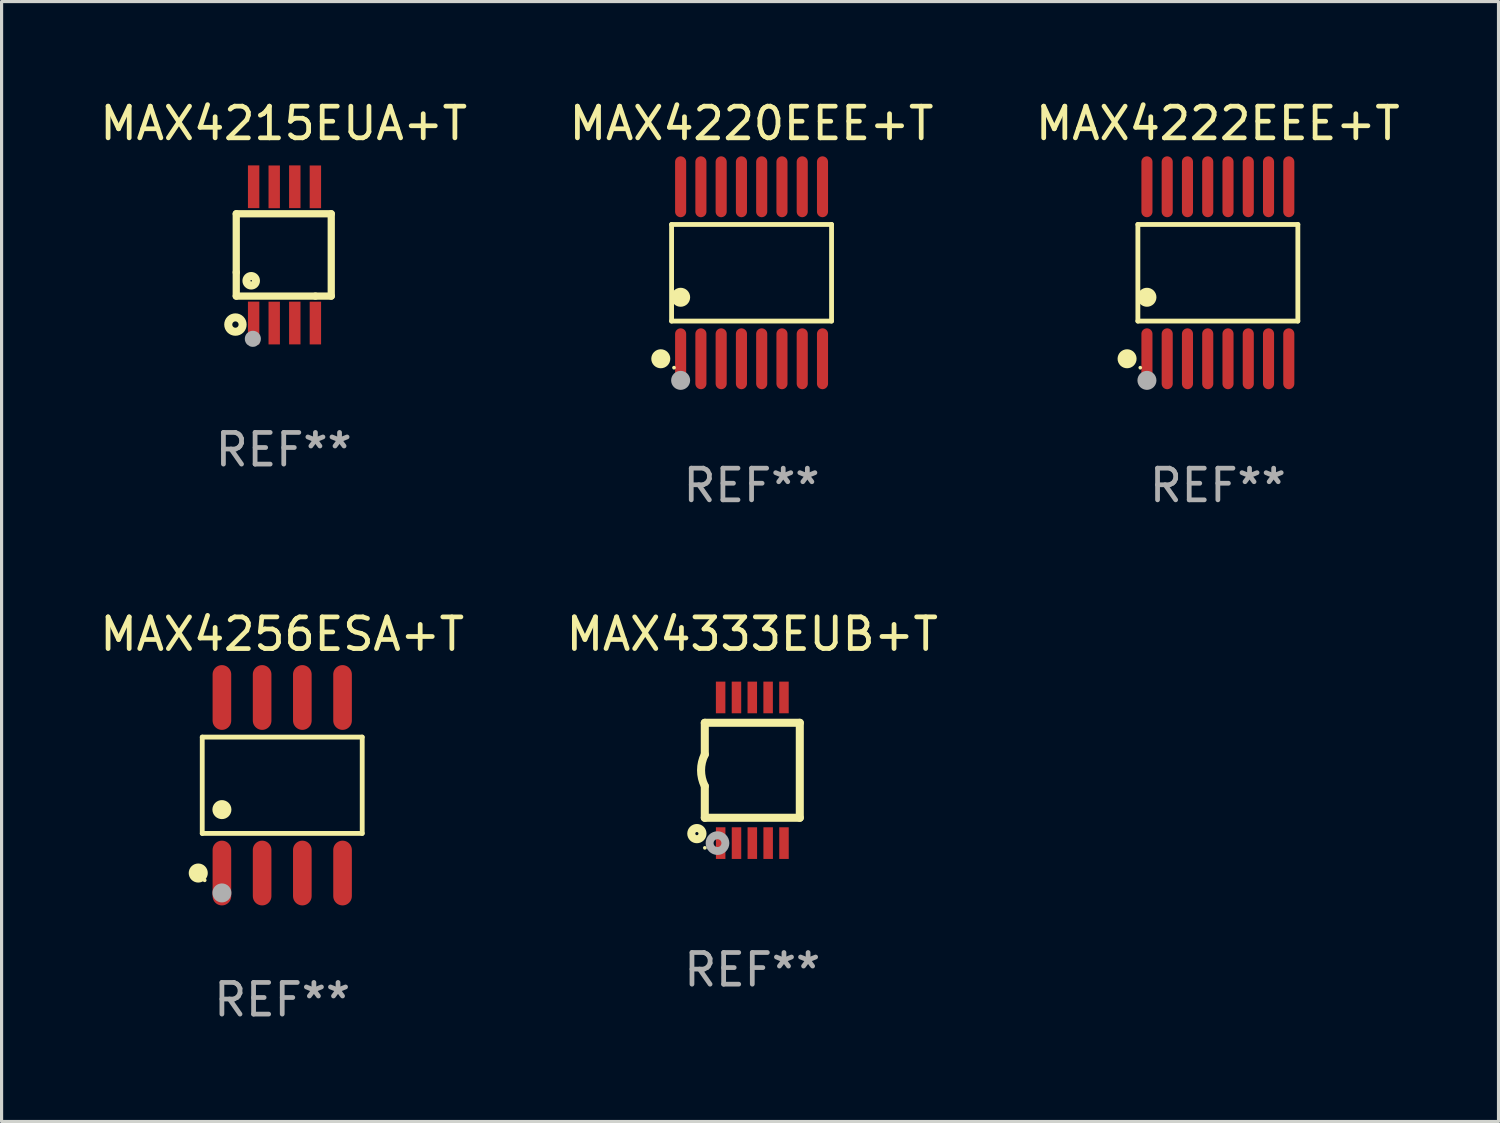
<source format=kicad_pcb>
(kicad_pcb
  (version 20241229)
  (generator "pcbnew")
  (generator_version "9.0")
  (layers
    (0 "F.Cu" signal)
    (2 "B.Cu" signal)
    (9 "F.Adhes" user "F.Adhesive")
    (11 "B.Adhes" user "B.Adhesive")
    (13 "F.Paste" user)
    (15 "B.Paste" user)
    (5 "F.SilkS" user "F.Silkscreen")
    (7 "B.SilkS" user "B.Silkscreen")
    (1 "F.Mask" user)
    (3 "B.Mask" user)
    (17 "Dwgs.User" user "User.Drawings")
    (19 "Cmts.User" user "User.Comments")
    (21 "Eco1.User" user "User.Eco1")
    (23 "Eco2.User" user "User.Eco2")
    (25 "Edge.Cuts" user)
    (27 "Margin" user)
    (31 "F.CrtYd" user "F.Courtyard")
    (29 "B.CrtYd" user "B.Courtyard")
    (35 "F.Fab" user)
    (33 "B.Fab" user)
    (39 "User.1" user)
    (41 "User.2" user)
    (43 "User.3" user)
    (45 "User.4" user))
  (footprint "MAX4333EUB+T"
    (layer "F.Cu")
    (at 20.708 21.276)
    (property "Reference" "MAX4333EUB+T" (at 0 -4.3 0) (layer "F.SilkS") (effects (font (size 1 1) (thickness 0.15))))
    (attr through_hole)
    (fp_line (start -1.5 -1.5) (end -1.5 -0.5) (stroke (width 0.254) (type solid)) (layer "F.SilkS"))
    (fp_line (start -1.5 1.5) (end -1.5 0.5) (stroke (width 0.254) (type solid)) (layer "F.SilkS"))
    (fp_line (start -1.5 1.5) (end 1.5 1.5) (stroke (width 0.254) (type solid)) (layer "F.SilkS"))
    (fp_line (start 1.5 1.5) (end 1.5 -1.5) (stroke (width 0.254) (type solid)) (layer "F.SilkS"))
    (fp_line (start 1.5 -1.5) (end -1.5 -1.5) (stroke (width 0.254) (type solid)) (layer "F.SilkS"))
    (fp_arc (start -1.500165 0.5) (mid -1.618199 0) (end -1.500165 -0.5) (stroke (width 0.254001) (type solid)) (layer "F.SilkS"))
    (fp_circle (center -1.75 2) (end -1.573 2) (stroke (width 0.254) (type solid)) (fill no) (layer "F.SilkS"))
    (fp_circle (center -1.499 2.45) (end -1.469 2.45) (stroke (width 0.06) (type solid)) (fill no) (layer "F.SilkS"))
    (fp_circle (center -1.099 2.3) (end -0.975 2.3) (stroke (width 0.25) (type solid)) (fill no) (layer "F.Fab"))
    (fp_text user "REF**" (at 0 6.3 0) (layer "F.Fab") (effects (font (size 1 1) (thickness 0.15))))
    (pad "1" smd rect (at -0.999 2.3 180) (size 0.3 1) (layers "F.Cu" "F.Mask" "F.Paste"))
    (pad "2" smd rect (at -0.499 2.3 180) (size 0.3 1) (layers "F.Cu" "F.Mask" "F.Paste"))
    (pad "3" smd rect (at 0.001 2.3 180) (size 0.3 1) (layers "F.Cu" "F.Mask" "F.Paste"))
    (pad "4" smd rect (at 0.501 2.3 180) (size 0.3 1) (layers "F.Cu" "F.Mask" "F.Paste"))
    (pad "5" smd rect (at 1.001 2.3 180) (size 0.3 1) (layers "F.Cu" "F.Mask" "F.Paste"))
    (pad "6" smd rect (at 1 -2.3 180) (size 0.3 1) (layers "F.Cu" "F.Mask" "F.Paste"))
    (pad "7" smd rect (at 0.5 -2.3 180) (size 0.3 1) (layers "F.Cu" "F.Mask" "F.Paste"))
    (pad "8" smd rect (at -0.000165 -2.3 180) (size 0.3 1) (layers "F.Cu" "F.Mask" "F.Paste"))
    (pad "9" smd rect (at -0.5 -2.3 180) (size 0.3 1) (layers "F.Cu" "F.Mask" "F.Paste"))
    (pad "10" smd rect (at -1 -2.3 180) (size 0.3 1) (layers "F.Cu" "F.Mask" "F.Paste")))
  (footprint "MAX4256ESA+T"
    (layer "F.Cu")
    (at 5.863 21.749)
    (property "Reference" "MAX4256ESA+T" (at 0 -4.772 0) (layer "F.SilkS") (effects (font (size 1 1) (thickness 0.15))))
    (attr through_hole)
    (fp_line (start -2.526 -1.521) (end 2.526 -1.521) (stroke (width 0.152) (type solid)) (layer "F.SilkS"))
    (fp_line (start -2.526 1.521) (end -2.526 -1.521) (stroke (width 0.152) (type solid)) (layer "F.SilkS"))
    (fp_line (start 2.526 -1.521) (end 2.526 1.521) (stroke (width 0.152) (type solid)) (layer "F.SilkS"))
    (fp_line (start 2.526 1.521) (end -2.526 1.521) (stroke (width 0.152) (type solid)) (layer "F.SilkS"))
    (fp_circle (center -2.652 2.772) (end -2.501 2.772) (stroke (width 0.3) (type solid)) (fill no) (layer "F.SilkS"))
    (fp_circle (center -2.45 3) (end -2.42 3) (stroke (width 0.06) (type solid)) (fill no) (layer "F.SilkS"))
    (fp_circle (center -1.905 0.769) (end -1.755 0.769) (stroke (width 0.3) (type solid)) (fill no) (layer "F.SilkS"))
    (fp_circle (center -1.905 3.4) (end -1.755 3.4) (stroke (width 0.3) (type solid)) (fill no) (layer "F.Fab"))
    (fp_text user "REF**" (at 0 6.772 0) (layer "F.Fab") (effects (font (size 1 1) (thickness 0.15))))
    (pad "1" smd oval (at -1.905 2.772) (size 0.588 2.045) (layers "F.Cu" "F.Mask" "F.Paste"))
    (pad "2" smd oval (at -0.635 2.772) (size 0.588 2.045) (layers "F.Cu" "F.Mask" "F.Paste"))
    (pad "3" smd oval (at 0.635 2.772) (size 0.588 2.045) (layers "F.Cu" "F.Mask" "F.Paste"))
    (pad "4" smd oval (at 1.905 2.772) (size 0.588 2.045) (layers "F.Cu" "F.Mask" "F.Paste"))
    (pad "5" smd oval (at 1.905 -2.772) (size 0.588 2.045) (layers "F.Cu" "F.Mask" "F.Paste"))
    (pad "6" smd oval (at 0.635 -2.772) (size 0.588 2.045) (layers "F.Cu" "F.Mask" "F.Paste"))
    (pad "7" smd oval (at -0.635 -2.772) (size 0.588 2.045) (layers "F.Cu" "F.Mask" "F.Paste"))
    (pad "8" smd oval (at -1.905 -2.772) (size 0.588 2.045) (layers "F.Cu" "F.Mask" "F.Paste")))
  (footprint "MAX4222EEE+T"
    (layer "F.Cu")
    (at 35.411 5.564)
    (property "Reference" "MAX4222EEE+T" (at 0 -4.716 0) (layer "F.SilkS") (effects (font (size 1 1) (thickness 0.15))))
    (attr through_hole)
    (fp_line (start -2.526 -1.526) (end 2.526 -1.526) (stroke (width 0.152) (type solid)) (layer "F.SilkS"))
    (fp_line (start -2.526 1.526) (end -2.526 -1.526) (stroke (width 0.152) (type solid)) (layer "F.SilkS"))
    (fp_line (start 2.526 -1.526) (end 2.526 1.526) (stroke (width 0.152) (type solid)) (layer "F.SilkS"))
    (fp_line (start 2.526 1.526) (end -2.526 1.526) (stroke (width 0.152) (type solid)) (layer "F.SilkS"))
    (fp_circle (center -2.867 2.716) (end -2.717 2.716) (stroke (width 0.3) (type solid)) (fill no) (layer "F.SilkS"))
    (fp_circle (center -2.45 2.997) (end -2.42 2.997) (stroke (width 0.06) (type solid)) (fill no) (layer "F.SilkS"))
    (fp_circle (center -2.24 0.774) (end -2.09 0.774) (stroke (width 0.3) (type solid)) (fill no) (layer "F.SilkS"))
    (fp_circle (center -2.24 3.398) (end -2.09 3.398) (stroke (width 0.3) (type solid)) (fill no) (layer "F.Fab"))
    (fp_text user "REF**" (at 0 6.716 0) (layer "F.Fab") (effects (font (size 1 1) (thickness 0.15))))
    (pad "1" smd oval (at -2.24 2.716) (size 0.35 1.922) (layers "F.Cu" "F.Mask" "F.Paste"))
    (pad "2" smd oval (at -1.6 2.716) (size 0.35 1.922) (layers "F.Cu" "F.Mask" "F.Paste"))
    (pad "3" smd oval (at -0.96 2.716) (size 0.35 1.922) (layers "F.Cu" "F.Mask" "F.Paste"))
    (pad "4" smd oval (at -0.32 2.716) (size 0.35 1.922) (layers "F.Cu" "F.Mask" "F.Paste"))
    (pad "5" smd oval (at 0.32 2.716) (size 0.35 1.922) (layers "F.Cu" "F.Mask" "F.Paste"))
    (pad "6" smd oval (at 0.96 2.716) (size 0.35 1.922) (layers "F.Cu" "F.Mask" "F.Paste"))
    (pad "7" smd oval (at 1.6 2.716) (size 0.35 1.922) (layers "F.Cu" "F.Mask" "F.Paste"))
    (pad "8" smd oval (at 2.24 2.716) (size 0.35 1.922) (layers "F.Cu" "F.Mask" "F.Paste"))
    (pad "9" smd oval (at 2.24 -2.716) (size 0.35 1.922) (layers "F.Cu" "F.Mask" "F.Paste"))
    (pad "10" smd oval (at 1.6 -2.716) (size 0.35 1.922) (layers "F.Cu" "F.Mask" "F.Paste"))
    (pad "11" smd oval (at 0.96 -2.716) (size 0.35 1.922) (layers "F.Cu" "F.Mask" "F.Paste"))
    (pad "12" smd oval (at 0.32 -2.716) (size 0.35 1.922) (layers "F.Cu" "F.Mask" "F.Paste"))
    (pad "13" smd oval (at -0.32 -2.716) (size 0.35 1.922) (layers "F.Cu" "F.Mask" "F.Paste"))
    (pad "14" smd oval (at -0.96 -2.716) (size 0.35 1.922) (layers "F.Cu" "F.Mask" "F.Paste"))
    (pad "15" smd oval (at -1.6 -2.716) (size 0.35 1.922) (layers "F.Cu" "F.Mask" "F.Paste"))
    (pad "16" smd oval (at -2.24 -2.716) (size 0.35 1.922) (layers "F.Cu" "F.Mask" "F.Paste")))
  (footprint "MAX4215EUA+T"
    (layer "F.Cu")
    (at 5.911 5)
    (property "Reference" "MAX4215EUA+T" (at 0 -4.152 0) (layer "F.SilkS") (effects (font (size 1 1) (thickness 0.15))))
    (attr through_hole)
    (fp_line (start -1.5 1.301) (end 1 1.301) (stroke (width 0.229) (type solid)) (layer "F.SilkS"))
    (fp_line (start -1.5 -1.299) (end -1.5 0.551) (stroke (width 0.229) (type solid)) (layer "F.SilkS"))
    (fp_line (start -1.5 0.551) (end -1.5 1.301) (stroke (width 0.229) (type solid)) (layer "F.SilkS"))
    (fp_line (start 1 1.301) (end 1.5 1.301) (stroke (width 0.229) (type solid)) (layer "F.SilkS"))
    (fp_line (start 1.5 1.301) (end 1.5 -1.299) (stroke (width 0.229) (type solid)) (layer "F.SilkS"))
    (fp_line (start 1.5 -1.299) (end -1.5 -1.299) (stroke (width 0.229) (type solid)) (layer "F.SilkS"))
    (fp_circle (center -1.526 2.2) (end -1.426 2.2) (stroke (width 0.254) (type solid)) (fill no) (layer "F.SilkS"))
    (fp_circle (center -1.476 2.45) (end -1.446 2.45) (stroke (width 0.06) (type solid)) (fill no) (layer "F.SilkS"))
    (fp_circle (center -1.028 0.817) (end -0.878 0.817) (stroke (width 0.254) (type solid)) (fill no) (layer "F.SilkS"))
    (fp_circle (center -0.976 2.65) (end -0.849 2.65) (stroke (width 0.254) (type solid)) (fill no) (layer "F.Fab"))
    (fp_text user "REF**" (at 0 6.152 0) (layer "F.Fab") (effects (font (size 1 1) (thickness 0.15))))
    (pad "1" smd rect (at -0.951 2.15) (size 0.36 1.35) (layers "F.Cu" "F.Mask" "F.Paste"))
    (pad "2" smd rect (at -0.301 2.152) (size 0.36 1.35) (layers "F.Cu" "F.Mask" "F.Paste"))
    (pad "3" smd rect (at 0.349 2.151) (size 0.36 1.35) (layers "F.Cu" "F.Mask" "F.Paste"))
    (pad "4" smd rect (at 0.999 2.152) (size 0.36 1.35) (layers "F.Cu" "F.Mask" "F.Paste"))
    (pad "5" smd rect (at 0.999 -2.149) (size 0.36 1.35) (layers "F.Cu" "F.Mask" "F.Paste"))
    (pad "6" smd rect (at 0.349 -2.152) (size 0.36 1.35) (layers "F.Cu" "F.Mask" "F.Paste"))
    (pad "7" smd rect (at -0.301 -2.149) (size 0.36 1.35) (layers "F.Cu" "F.Mask" "F.Paste"))
    (pad "8" smd rect (at -0.951 -2.152) (size 0.36 1.35) (layers "F.Cu" "F.Mask" "F.Paste")))
  (footprint "MAX4220EEE+T"
    (layer "F.Cu")
    (at 20.685 5.564)
    (property "Reference" "MAX4220EEE+T" (at 0 -4.716 0) (layer "F.SilkS") (effects (font (size 1 1) (thickness 0.15))))
    (attr through_hole)
    (fp_line (start -2.526 -1.526) (end 2.526 -1.526) (stroke (width 0.152) (type solid)) (layer "F.SilkS"))
    (fp_line (start -2.526 1.526) (end -2.526 -1.526) (stroke (width 0.152) (type solid)) (layer "F.SilkS"))
    (fp_line (start 2.526 -1.526) (end 2.526 1.526) (stroke (width 0.152) (type solid)) (layer "F.SilkS"))
    (fp_line (start 2.526 1.526) (end -2.526 1.526) (stroke (width 0.152) (type solid)) (layer "F.SilkS"))
    (fp_circle (center -2.867 2.716) (end -2.717 2.716) (stroke (width 0.3) (type solid)) (fill no) (layer "F.SilkS"))
    (fp_circle (center -2.45 2.997) (end -2.42 2.997) (stroke (width 0.06) (type solid)) (fill no) (layer "F.SilkS"))
    (fp_circle (center -2.24 0.774) (end -2.09 0.774) (stroke (width 0.3) (type solid)) (fill no) (layer "F.SilkS"))
    (fp_circle (center -2.24 3.398) (end -2.09 3.398) (stroke (width 0.3) (type solid)) (fill no) (layer "F.Fab"))
    (fp_text user "REF**" (at 0 6.716 0) (layer "F.Fab") (effects (font (size 1 1) (thickness 0.15))))
    (pad "1" smd oval (at -2.24 2.716) (size 0.35 1.922) (layers "F.Cu" "F.Mask" "F.Paste"))
    (pad "2" smd oval (at -1.6 2.716) (size 0.35 1.922) (layers "F.Cu" "F.Mask" "F.Paste"))
    (pad "3" smd oval (at -0.96 2.716) (size 0.35 1.922) (layers "F.Cu" "F.Mask" "F.Paste"))
    (pad "4" smd oval (at -0.32 2.716) (size 0.35 1.922) (layers "F.Cu" "F.Mask" "F.Paste"))
    (pad "5" smd oval (at 0.32 2.716) (size 0.35 1.922) (layers "F.Cu" "F.Mask" "F.Paste"))
    (pad "6" smd oval (at 0.96 2.716) (size 0.35 1.922) (layers "F.Cu" "F.Mask" "F.Paste"))
    (pad "7" smd oval (at 1.6 2.716) (size 0.35 1.922) (layers "F.Cu" "F.Mask" "F.Paste"))
    (pad "8" smd oval (at 2.24 2.716) (size 0.35 1.922) (layers "F.Cu" "F.Mask" "F.Paste"))
    (pad "9" smd oval (at 2.24 -2.716) (size 0.35 1.922) (layers "F.Cu" "F.Mask" "F.Paste"))
    (pad "10" smd oval (at 1.6 -2.716) (size 0.35 1.922) (layers "F.Cu" "F.Mask" "F.Paste"))
    (pad "11" smd oval (at 0.96 -2.716) (size 0.35 1.922) (layers "F.Cu" "F.Mask" "F.Paste"))
    (pad "12" smd oval (at 0.32 -2.716) (size 0.35 1.922) (layers "F.Cu" "F.Mask" "F.Paste"))
    (pad "13" smd oval (at -0.32 -2.716) (size 0.35 1.922) (layers "F.Cu" "F.Mask" "F.Paste"))
    (pad "14" smd oval (at -0.96 -2.716) (size 0.35 1.922) (layers "F.Cu" "F.Mask" "F.Paste"))
    (pad "15" smd oval (at -1.6 -2.716) (size 0.35 1.922) (layers "F.Cu" "F.Mask" "F.Paste"))
    (pad "16" smd oval (at -2.24 -2.716) (size 0.35 1.922) (layers "F.Cu" "F.Mask" "F.Paste")))
  (gr_rect
    (start -3 -3)
    (end 44.274 32.369)
    (stroke (width 0.1) (type default))
    (fill no)
    (layer "Edge.Cuts")))
</source>
